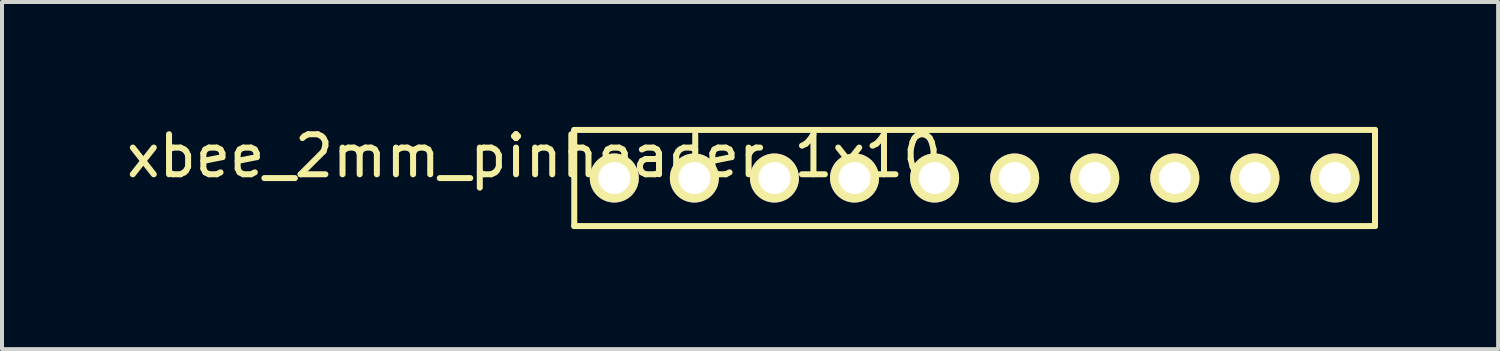
<source format=kicad_pcb>
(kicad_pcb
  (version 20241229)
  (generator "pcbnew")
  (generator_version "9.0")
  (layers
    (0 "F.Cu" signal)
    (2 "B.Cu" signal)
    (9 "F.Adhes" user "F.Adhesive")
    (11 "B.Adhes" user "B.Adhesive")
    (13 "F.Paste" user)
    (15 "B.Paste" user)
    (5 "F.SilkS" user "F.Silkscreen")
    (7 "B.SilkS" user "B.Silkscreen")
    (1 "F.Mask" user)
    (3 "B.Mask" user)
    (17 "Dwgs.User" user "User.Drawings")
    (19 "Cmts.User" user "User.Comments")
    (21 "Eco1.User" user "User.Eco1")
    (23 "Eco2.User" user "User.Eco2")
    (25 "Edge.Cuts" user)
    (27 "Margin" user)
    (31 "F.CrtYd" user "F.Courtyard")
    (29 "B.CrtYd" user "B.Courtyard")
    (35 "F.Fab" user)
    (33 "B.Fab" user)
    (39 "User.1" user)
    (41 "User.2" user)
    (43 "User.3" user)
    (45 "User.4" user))
  (footprint "xbee_2mm_pinheader_1x10"
    (layer "F.Cu")
    (at 21.293 1.396)
    (property "Reference" "xbee_2mm_pinheader_1x10" (at -11.002 -0.548 0) (layer "F.SilkS") (effects (font (size 1 1) (thickness 0.15))))
    (attr through_hole)
    (fp_line (start -10 1.2) (end -10 -1.2) (stroke (width 0.15) (type solid)) (layer "F.SilkS"))
    (fp_line (start -10 1.2) (end 10 1.2) (stroke (width 0.15) (type solid)) (layer "F.SilkS"))
    (fp_line (start 10 -1.2) (end -10 -1.2) (stroke (width 0.15) (type solid)) (layer "F.SilkS"))
    (fp_line (start 10 1.2) (end 10 -1.2) (stroke (width 0.15) (type solid)) (layer "F.SilkS"))
    (pad "1" thru_hole circle (at -9 0) (size 1.224 1.224) (drill 0.8) (layers "*.Cu" "*.Mask" "F.SilkS"))
    (pad "2" thru_hole circle (at -7 0) (size 1.224 1.224) (drill 0.8) (layers "*.Cu" "*.Mask" "F.SilkS"))
    (pad "3" thru_hole circle (at -5 0) (size 1.224 1.224) (drill 0.8) (layers "*.Cu" "*.Mask" "F.SilkS"))
    (pad "4" thru_hole circle (at -3 0) (size 1.224 1.224) (drill 0.8) (layers "*.Cu" "*.Mask" "F.SilkS"))
    (pad "5" thru_hole circle (at -1 0) (size 1.224 1.224) (drill 0.8) (layers "*.Cu" "*.Mask" "F.SilkS"))
    (pad "6" thru_hole circle (at 1 0) (size 1.224 1.224) (drill 0.8) (layers "*.Cu" "*.Mask" "F.SilkS"))
    (pad "7" thru_hole circle (at 3 0) (size 1.224 1.224) (drill 0.8) (layers "*.Cu" "*.Mask" "F.SilkS"))
    (pad "8" thru_hole circle (at 5 0) (size 1.224 1.224) (drill 0.8) (layers "*.Cu" "*.Mask" "F.SilkS"))
    (pad "9" thru_hole circle (at 7 0) (size 1.224 1.224) (drill 0.8) (layers "*.Cu" "*.Mask" "F.SilkS"))
    (pad "10" thru_hole circle (at 9 0) (size 1.224 1.224) (drill 0.8) (layers "*.Cu" "*.Mask" "F.SilkS")))
  (gr_rect
    (start -3 -3)
    (end 34.368 5.671)
    (stroke (width 0.1) (type default))
    (fill no)
    (layer "Edge.Cuts")))
</source>
